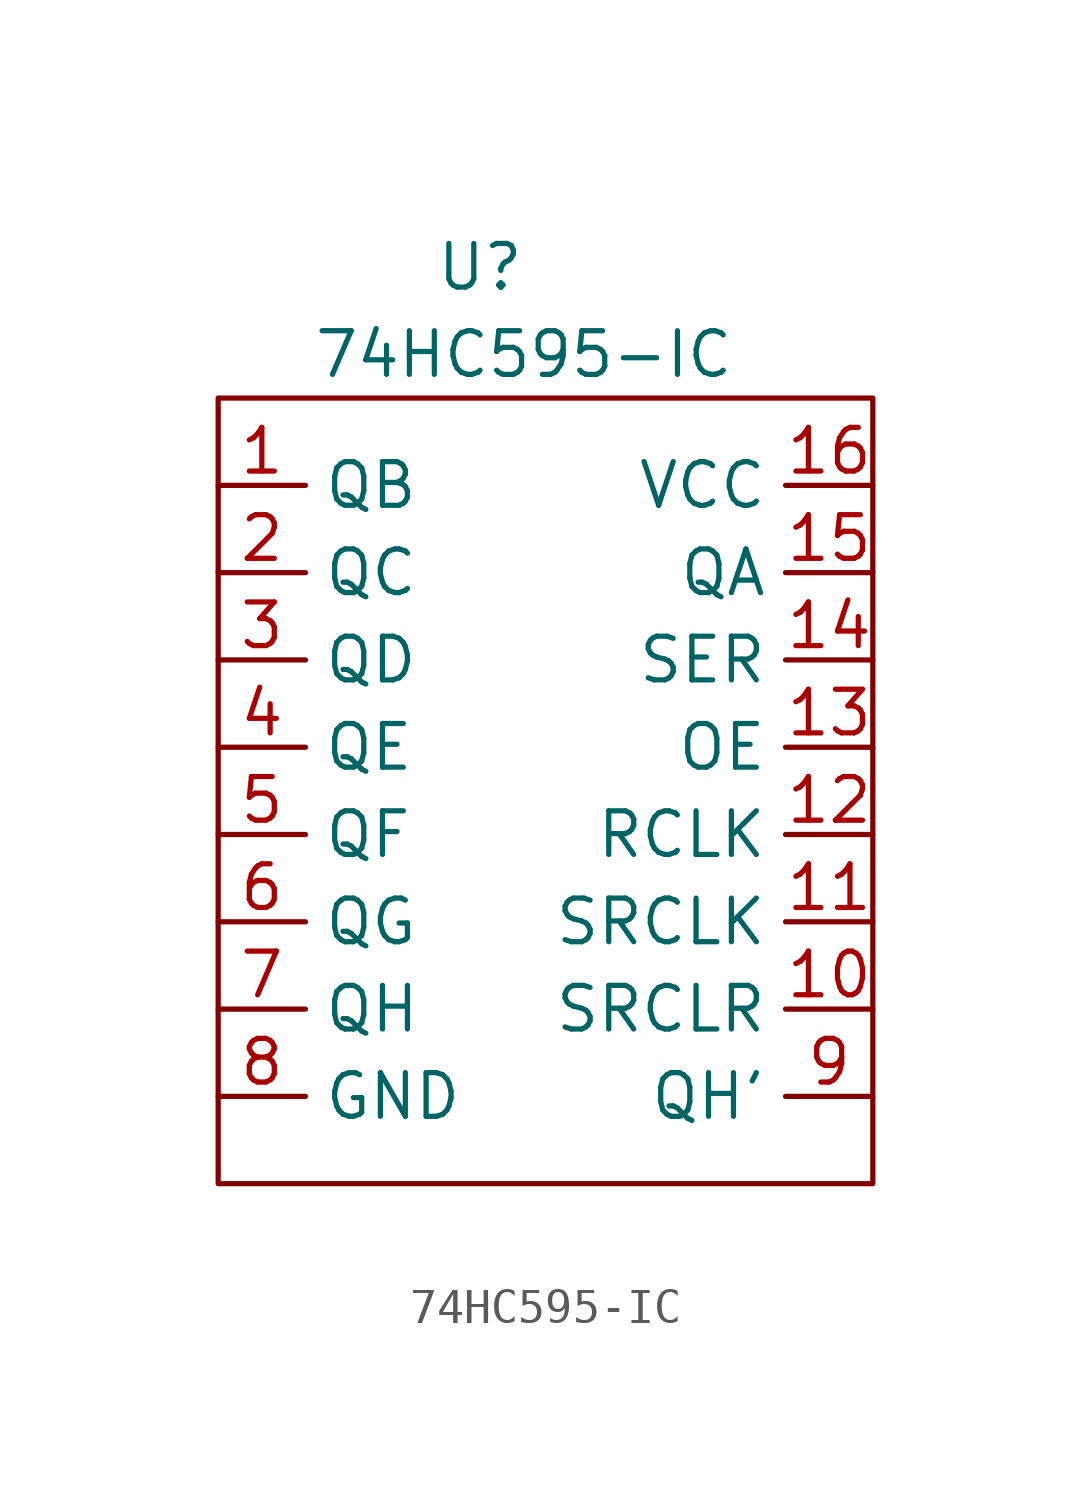
<source format=kicad_sym>
(kicad_symbol_lib
  (version 20220914)
  (generator kicad_symbol_editor)
  (symbol "74HC595-IC"
    (property "Reference" "U"
      (at 0 1.27 0)
      (effects (font (size 1.27 1.27))))
    (property "Value" "74HC595-IC"
      (at 1.27 -1.27 0)
      (effects (font (size 1.27 1.27))))
    (symbol "74HC595-IC_0_1"
      (rectangle (start -7.62 -2.54) (end 11.43 -25.4) (stroke (width 0) (type default)) (fill (type none))))
    (symbol "74HC595-IC_1_1"
      (pin input line (at -7.62 -5.08 0) (length 2.54) (name "QB" (effects (font (size 1.27 1.27)))) (number "1" (effects (font (size 1.27 1.27)))))
      (pin input line (at 11.43 -20.32 180) (length 2.54) (name "SRCLR" (effects (font (size 1.27 1.27)))) (number "10" (effects (font (size 1.27 1.27)))))
      (pin input line (at 11.43 -17.78 180) (length 2.54) (name "SRCLK" (effects (font (size 1.27 1.27)))) (number "11" (effects (font (size 1.27 1.27)))))
      (pin input line (at 11.43 -15.24 180) (length 2.54) (name "RCLK" (effects (font (size 1.27 1.27)))) (number "12" (effects (font (size 1.27 1.27)))))
      (pin input line (at 11.43 -12.7 180) (length 2.54) (name "OE" (effects (font (size 1.27 1.27)))) (number "13" (effects (font (size 1.27 1.27)))))
      (pin input line (at 11.43 -10.16 180) (length 2.54) (name "SER" (effects (font (size 1.27 1.27)))) (number "14" (effects (font (size 1.27 1.27)))))
      (pin input line (at 11.43 -7.62 180) (length 2.54) (name "QA" (effects (font (size 1.27 1.27)))) (number "15" (effects (font (size 1.27 1.27)))))
      (pin power_in line (at 11.43 -5.08 180) (length 2.54) (name "VCC" (effects (font (size 1.27 1.27)))) (number "16" (effects (font (size 1.27 1.27)))))
      (pin input line (at -7.62 -7.62 0) (length 2.54) (name "QC" (effects (font (size 1.27 1.27)))) (number "2" (effects (font (size 1.27 1.27)))))
      (pin input line (at -7.62 -10.16 0) (length 2.54) (name "QD" (effects (font (size 1.27 1.27)))) (number "3" (effects (font (size 1.27 1.27)))))
      (pin input line (at -7.62 -12.7 0) (length 2.54) (name "QE" (effects (font (size 1.27 1.27)))) (number "4" (effects (font (size 1.27 1.27)))))
      (pin input line (at -7.62 -15.24 0) (length 2.54) (name "QF" (effects (font (size 1.27 1.27)))) (number "5" (effects (font (size 1.27 1.27)))))
      (pin input line (at -7.62 -17.78 0) (length 2.54) (name "QG" (effects (font (size 1.27 1.27)))) (number "6" (effects (font (size 1.27 1.27)))))
      (pin input line (at -7.62 -20.32 0) (length 2.54) (name "QH" (effects (font (size 1.27 1.27)))) (number "7" (effects (font (size 1.27 1.27)))))
      (pin power_in line (at -7.62 -22.86 0) (length 2.54) (name "GND" (effects (font (size 1.27 1.27)))) (number "8" (effects (font (size 1.27 1.27)))))
      (pin output line (at 11.43 -22.86 180) (length 2.54) (name "QH'" (effects (font (size 1.27 1.27)))) (number "9" (effects (font (size 1.27 1.27))))))))
</source>
